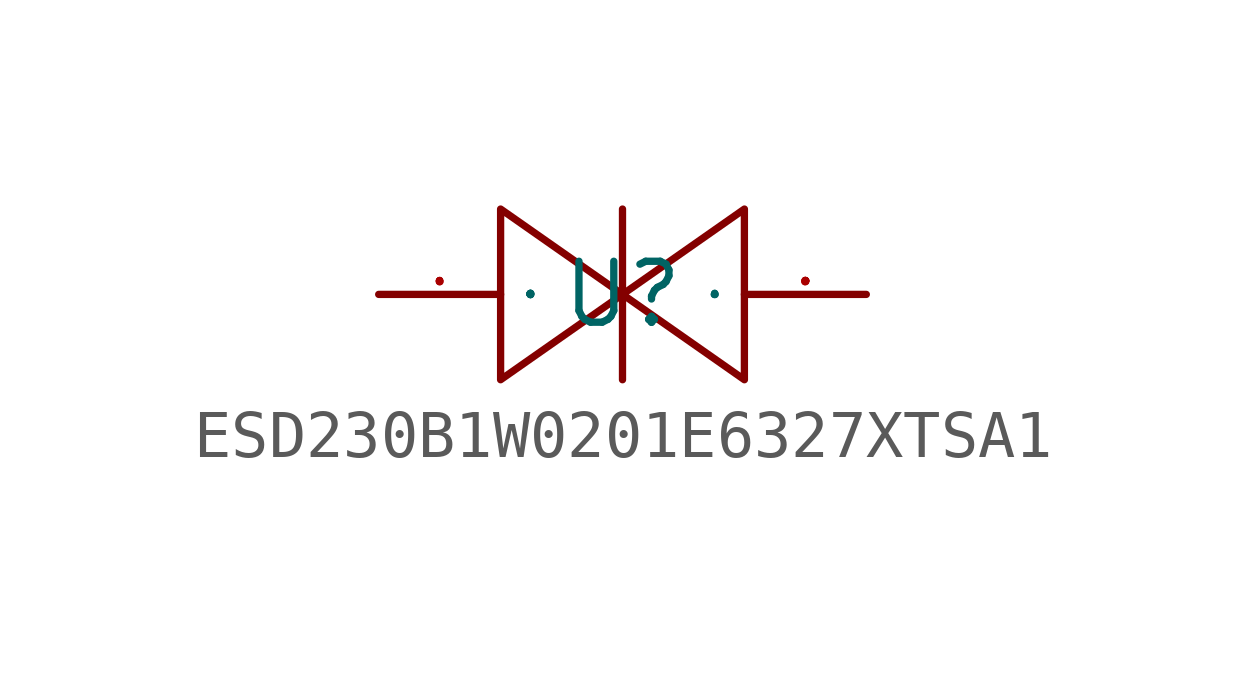
<source format=kicad_sym>
(kicad_symbol_lib
  (version 20241209)
  (generator "kicad_symbol_editor")
  (generator_version "9.0")
  (symbol "ESD230B1W0201E6327XTSA1"
    (property "Reference" "U"
      (at 0 0 0)
      (effects (font (size 1.27 1.27))))
    (property "Value" ""
      (at 0 0 0)
      (effects (font (size 1.27 1.27))))
    (symbol "ESD230B1W0201E6327XTSA1_1_0"
      (polyline (pts (xy -2.54 -1.778) (xy 0 0) (xy 0 0) (xy -2.54 1.778) (xy -2.54 1.778) (xy -2.54 -1.778)) (stroke (width 0) (type default)) (fill (type none)))
      (polyline (pts (xy 0 1.778) (xy 0 1.778) (xy 0 1.778) (xy 0 1.778) (xy 0 1.778) (xy 0 -1.778) (xy 0 -1.778) (xy 0 -1.778) (xy 0 -1.778) (xy 0 -1.778)) (stroke (width 0) (type default)) (fill (type none)))
      (polyline (pts (xy 2.54 1.778) (xy 0 0) (xy 0 0) (xy 2.54 -1.778) (xy 2.54 -1.778) (xy 2.54 1.778)) (stroke (width 0) (type default)) (fill (type none)))
      (pin unspecified line (at -5.08 0 0) (length 2.54) (name "C" (effects (font (size 0.025 0.025)))) (number "1" (effects (font (size 0.025 0.025)))))
      (pin unspecified line (at 5.08 0 180) (length 2.54) (name "A" (effects (font (size 0.025 0.025)))) (number "2" (effects (font (size 0.025 0.025))))))))
</source>
